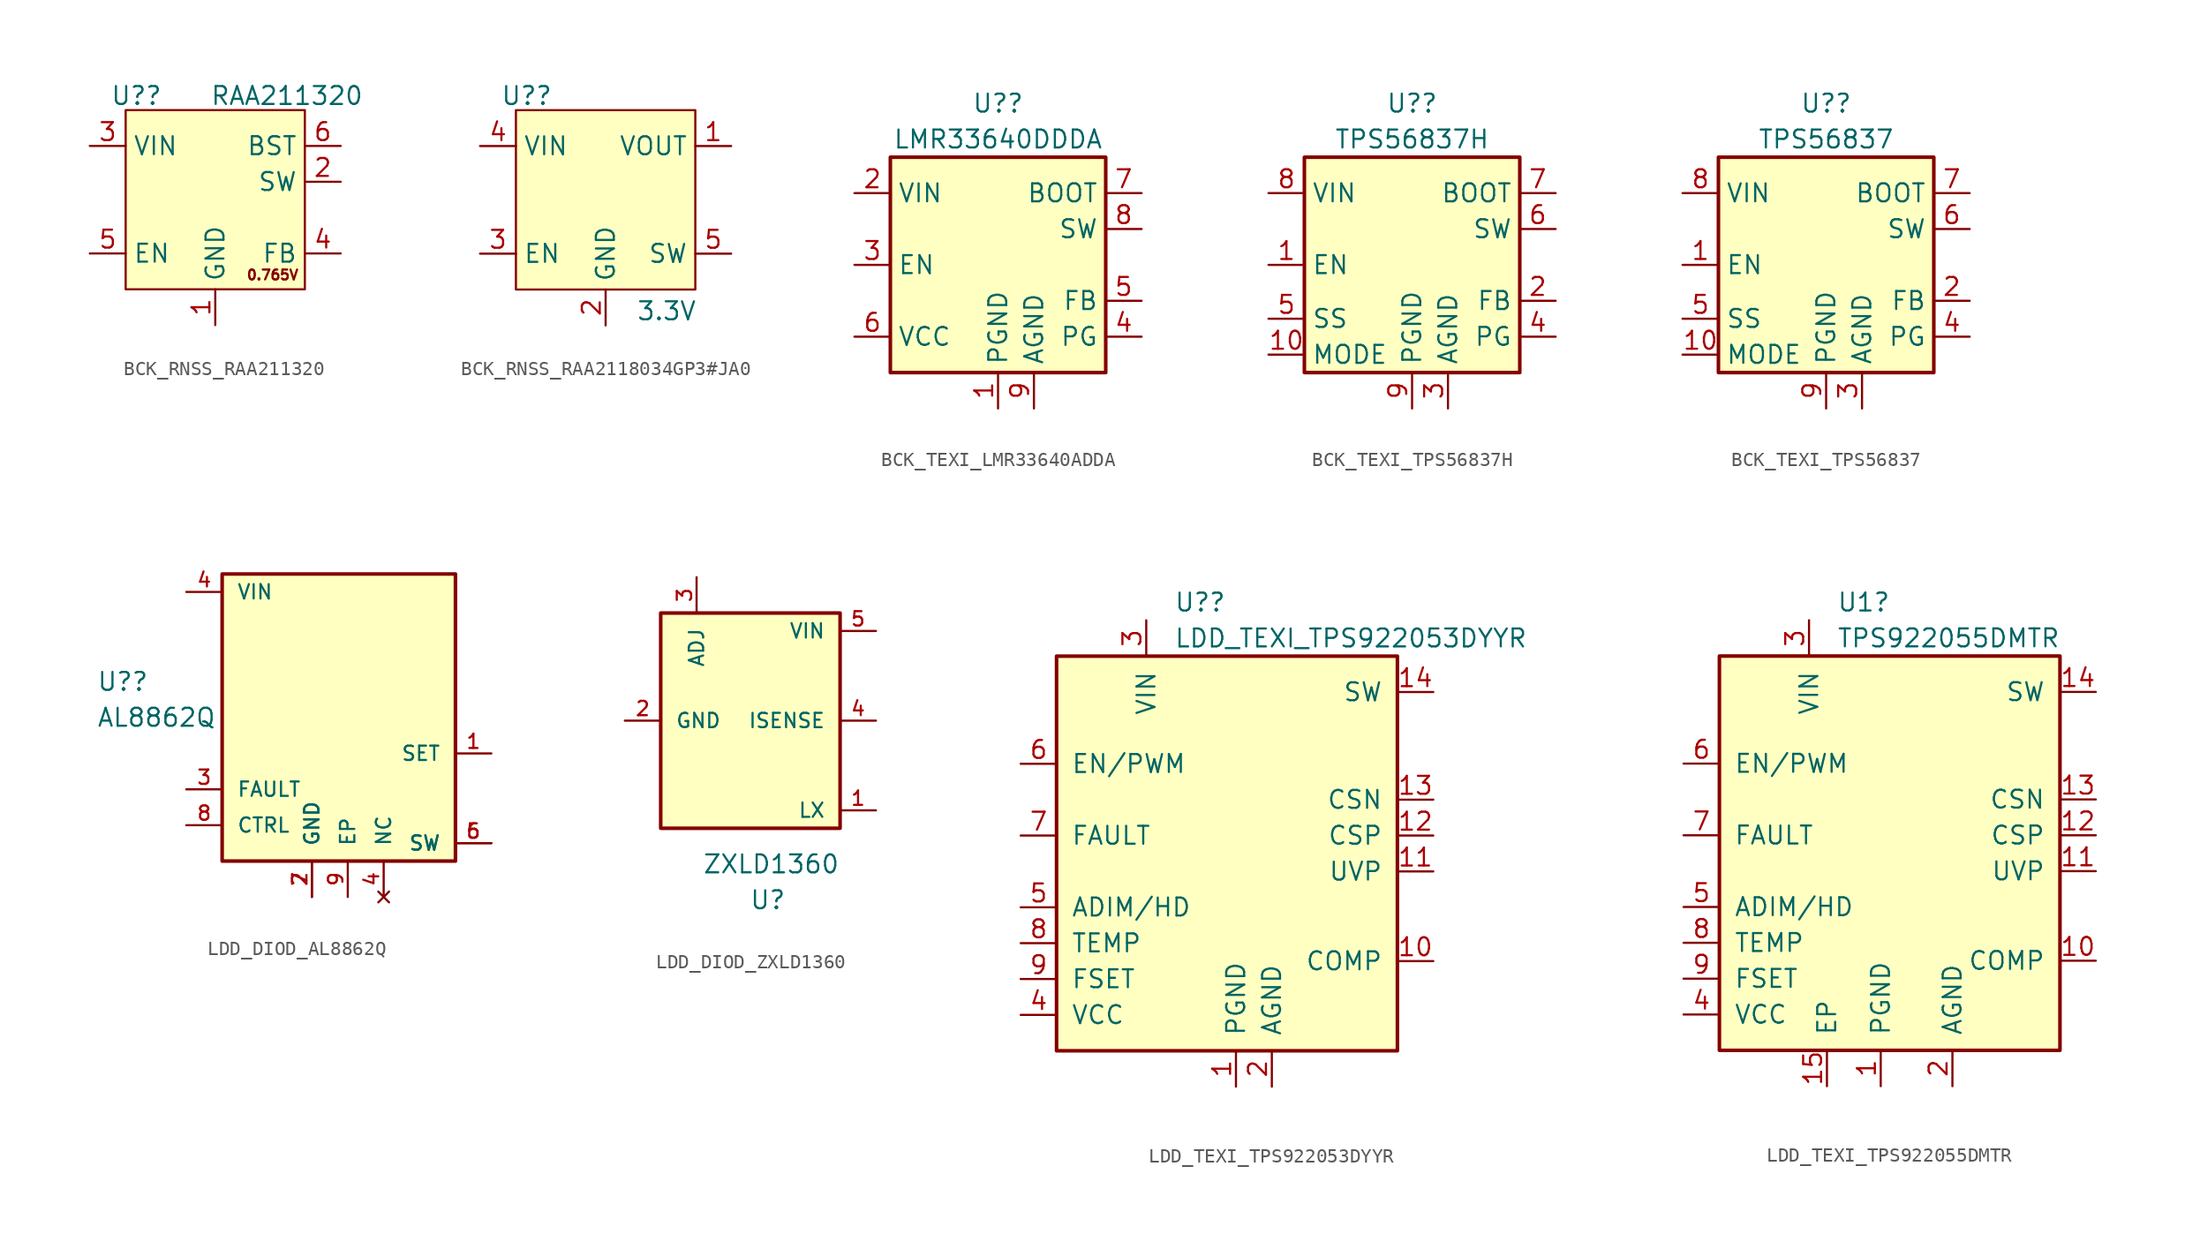
<source format=kicad_sym>
(kicad_symbol_lib
  (version 20231120)
  (generator "kicad_symbol_editor")
  (generator_version "8.0")
  (symbol "BCK_RNSS_RAA211320"
    (property "Reference" "U?"
      (at -5.588 13.716 0)
      (effects (font (size 1.27 1.27))))
    (property "Value" "RAA211320"
      (at 5.08 13.716 0)
      (effects (font (size 1.27 1.27))))
    (symbol "BCK_RNSS_RAA211320_0_1"
      (rectangle (start -6.35 12.7) (end 6.35 0) (stroke (width 0) (type default)) (fill (type background))))
    (symbol "BCK_RNSS_RAA211320_1_1"
      (text "0.765V" (at 4.064 1.016 0) (effects (font (size 0.7 0.7))))
      (pin input line (at 0 -2.54 90) (length 2.54) (name "GND" (effects (font (size 1.27 1.27)))) (number "1" (effects (font (size 1.27 1.27)))))
      (pin input line (at 8.89 7.62 180) (length 2.54) (name "SW" (effects (font (size 1.27 1.27)))) (number "2" (effects (font (size 1.27 1.27)))))
      (pin input line (at -8.89 10.16 0) (length 2.54) (name "VIN" (effects (font (size 1.27 1.27)))) (number "3" (effects (font (size 1.27 1.27)))))
      (pin input line (at 8.89 2.54 180) (length 2.54) (name "FB" (effects (font (size 1.27 1.27)))) (number "4" (effects (font (size 1.27 1.27)))))
      (pin input line (at -8.89 2.54 0) (length 2.54) (name "EN" (effects (font (size 1.27 1.27)))) (number "5" (effects (font (size 1.27 1.27)))))
      (pin input line (at 8.89 10.16 180) (length 2.54) (name "BST" (effects (font (size 1.27 1.27)))) (number "6" (effects (font (size 1.27 1.27)))))))
  (symbol "BCK_RNSS_RAA2118034GP3#JA0"
    (property "Reference" "U?"
      (at -5.588 13.716 0)
      (effects (font (size 1.27 1.27))))
    (property "Value" "3.3V"
      (at 4.318 -1.524 0)
      (effects (font (size 1.27 1.27))))
    (symbol "BCK_RNSS_RAA2118034GP3#JA0_0_1"
      (rectangle (start -6.35 12.7) (end 6.35 0) (stroke (width 0) (type default)) (fill (type background))))
    (symbol "BCK_RNSS_RAA2118034GP3#JA0_1_1"
      (pin input line (at 8.89 10.16 180) (length 2.54) (name "VOUT" (effects (font (size 1.27 1.27)))) (number "1" (effects (font (size 1.27 1.27)))))
      (pin input line (at 0 -2.54 90) (length 2.54) (name "GND" (effects (font (size 1.27 1.27)))) (number "2" (effects (font (size 1.27 1.27)))))
      (pin input line (at -8.89 2.54 0) (length 2.54) (name "EN" (effects (font (size 1.27 1.27)))) (number "3" (effects (font (size 1.27 1.27)))))
      (pin input line (at -8.89 10.16 0) (length 2.54) (name "VIN" (effects (font (size 1.27 1.27)))) (number "4" (effects (font (size 1.27 1.27)))))
      (pin input line (at 8.89 2.54 180) (length 2.54) (name "SW" (effects (font (size 1.27 1.27)))) (number "5" (effects (font (size 1.27 1.27)))))))
  (symbol "BCK_TEXI_LMR33640ADDA"
    (property "Reference" "U?"
      (at 0 11.43 0)
      (effects (font (size 1.27 1.27))))
    (property "Value" "LMR33640DDDA"
      (at 0 8.89 0)
      (effects (font (size 1.27 1.27))))
    (symbol "BCK_TEXI_LMR33640ADDA_0_1"
      (rectangle (start -7.62 7.62) (end 7.62 -7.62) (stroke (width 0.254) (type default)) (fill (type background))))
    (symbol "BCK_TEXI_LMR33640ADDA_1_1"
      (pin power_in line (at 0 -10.16 90) (length 2.54) (name "PGND" (effects (font (size 1.27 1.27)))) (number "1" (effects (font (size 1.27 1.27)))))
      (pin power_in line (at -10.16 5.08 0) (length 2.54) (name "VIN" (effects (font (size 1.27 1.27)))) (number "2" (effects (font (size 1.27 1.27)))))
      (pin input line (at -10.16 0 0) (length 2.54) (name "EN" (effects (font (size 1.27 1.27)))) (number "3" (effects (font (size 1.27 1.27)))))
      (pin open_collector line (at 10.16 -5.08 180) (length 2.54) (name "PG" (effects (font (size 1.27 1.27)))) (number "4" (effects (font (size 1.27 1.27)))))
      (pin input line (at 10.16 -2.54 180) (length 2.54) (name "FB" (effects (font (size 1.27 1.27)))) (number "5" (effects (font (size 1.27 1.27)))))
      (pin power_out line (at -10.16 -5.08 0) (length 2.54) (name "VCC" (effects (font (size 1.27 1.27)))) (number "6" (effects (font (size 1.27 1.27)))))
      (pin input line (at 10.16 5.08 180) (length 2.54) (name "BOOT" (effects (font (size 1.27 1.27)))) (number "7" (effects (font (size 1.27 1.27)))))
      (pin output line (at 10.16 2.54 180) (length 2.54) (name "SW" (effects (font (size 1.27 1.27)))) (number "8" (effects (font (size 1.27 1.27)))))
      (pin power_in line (at 2.54 -10.16 90) (length 2.54) (name "AGND" (effects (font (size 1.27 1.27)))) (number "9" (effects (font (size 1.27 1.27)))))))
  (symbol "BCK_TEXI_TPS56837H"
    (property "Reference" "U?"
      (at 0 11.43 0)
      (effects (font (size 1.27 1.27))))
    (property "Value" "TPS56837H"
      (at 0 8.89 0)
      (effects (font (size 1.27 1.27))))
    (symbol "BCK_TEXI_TPS56837H_0_1"
      (rectangle (start -7.62 7.62) (end 7.62 -7.62) (stroke (width 0.254) (type default)) (fill (type background))))
    (symbol "BCK_TEXI_TPS56837H_1_1"
      (pin input line (at -10.16 0 0) (length 2.54) (name "EN" (effects (font (size 1.27 1.27)))) (number "1" (effects (font (size 1.27 1.27)))))
      (pin power_out line (at -10.16 -6.35 0) (length 2.54) (name "MODE" (effects (font (size 1.27 1.27)))) (number "10" (effects (font (size 1.27 1.27)))))
      (pin input line (at 10.16 -2.54 180) (length 2.54) (name "FB" (effects (font (size 1.27 1.27)))) (number "2" (effects (font (size 1.27 1.27)))))
      (pin power_in line (at 2.54 -10.16 90) (length 2.54) (name "AGND" (effects (font (size 1.27 1.27)))) (number "3" (effects (font (size 1.27 1.27)))))
      (pin open_collector line (at 10.16 -5.08 180) (length 2.54) (name "PG" (effects (font (size 1.27 1.27)))) (number "4" (effects (font (size 1.27 1.27)))))
      (pin power_out line (at -10.16 -3.81 0) (length 2.54) (name "SS" (effects (font (size 1.27 1.27)))) (number "5" (effects (font (size 1.27 1.27)))))
      (pin output line (at 10.16 2.54 180) (length 2.54) (name "SW" (effects (font (size 1.27 1.27)))) (number "6" (effects (font (size 1.27 1.27)))))
      (pin input line (at 10.16 5.08 180) (length 2.54) (name "BOOT" (effects (font (size 1.27 1.27)))) (number "7" (effects (font (size 1.27 1.27)))))
      (pin power_in line (at -10.16 5.08 0) (length 2.54) (name "VIN" (effects (font (size 1.27 1.27)))) (number "8" (effects (font (size 1.27 1.27)))))
      (pin power_in line (at 0 -10.16 90) (length 2.54) (name "PGND" (effects (font (size 1.27 1.27)))) (number "9" (effects (font (size 1.27 1.27)))))))
  (symbol "BCK_TEXI_TPS56837"
    (property "Reference" "U?"
      (at 0 11.43 0)
      (effects (font (size 1.27 1.27))))
    (property "Value" "TPS56837"
      (at 0 8.89 0)
      (effects (font (size 1.27 1.27))))
    (symbol "BCK_TEXI_TPS56837_0_1"
      (rectangle (start -7.62 7.62) (end 7.62 -7.62) (stroke (width 0.254) (type default)) (fill (type background))))
    (symbol "BCK_TEXI_TPS56837_1_1"
      (pin input line (at -10.16 0 0) (length 2.54) (name "EN" (effects (font (size 1.27 1.27)))) (number "1" (effects (font (size 1.27 1.27)))))
      (pin power_out line (at -10.16 -6.35 0) (length 2.54) (name "MODE" (effects (font (size 1.27 1.27)))) (number "10" (effects (font (size 1.27 1.27)))))
      (pin input line (at 10.16 -2.54 180) (length 2.54) (name "FB" (effects (font (size 1.27 1.27)))) (number "2" (effects (font (size 1.27 1.27)))))
      (pin power_in line (at 2.54 -10.16 90) (length 2.54) (name "AGND" (effects (font (size 1.27 1.27)))) (number "3" (effects (font (size 1.27 1.27)))))
      (pin open_collector line (at 10.16 -5.08 180) (length 2.54) (name "PG" (effects (font (size 1.27 1.27)))) (number "4" (effects (font (size 1.27 1.27)))))
      (pin power_out line (at -10.16 -3.81 0) (length 2.54) (name "SS" (effects (font (size 1.27 1.27)))) (number "5" (effects (font (size 1.27 1.27)))))
      (pin output line (at 10.16 2.54 180) (length 2.54) (name "SW" (effects (font (size 1.27 1.27)))) (number "6" (effects (font (size 1.27 1.27)))))
      (pin input line (at 10.16 5.08 180) (length 2.54) (name "BOOT" (effects (font (size 1.27 1.27)))) (number "7" (effects (font (size 1.27 1.27)))))
      (pin power_in line (at -10.16 5.08 0) (length 2.54) (name "VIN" (effects (font (size 1.27 1.27)))) (number "8" (effects (font (size 1.27 1.27)))))
      (pin power_in line (at 0 -10.16 90) (length 2.54) (name "PGND" (effects (font (size 1.27 1.27)))) (number "9" (effects (font (size 1.27 1.27)))))))
  (symbol "LDD_DIOD_AL8862Q"
    (pin_names
      (offset 1.016))
    (property "Reference" "U?"
      (at -19.05 5.08 0)
      (effects (font (size 1.27 1.27)) (justify left)))
    (property "Value" "AL8862Q"
      (at -19.05 2.54 0)
      (effects (font (size 1.27 1.27)) (justify left)))
    (symbol "LDD_DIOD_AL8862Q_0_0"
      (rectangle (start -10.16 12.7) (end 6.35 -7.62) (stroke (width 0.254) (type default)) (fill (type background)))
      (pin power_in line (at -3.81 -10.16 90) (length 2.54) (name "GND" (effects (font (size 1.016 1.016)))) (number "2" (effects (font (size 1.016 1.016))))))
    (symbol "LDD_DIOD_AL8862Q_1_0"
      (pin output line (at 8.89 0 180) (length 2.54) (name "SET" (effects (font (size 1.016 1.016)))) (number "1" (effects (font (size 1.016 1.016)))))
      (pin open_collector line (at -12.7 -2.54 0) (length 2.54) (name "FAULT" (effects (font (size 1.016 1.016)))) (number "3" (effects (font (size 1.016 1.016)))))
      (pin no_connect line (at 1.27 -10.16 90) (length 2.54) (name "NC" (effects (font (size 1.016 1.016)))) (number "4" (effects (font (size 1.016 1.016)))))
      (pin power_in line (at -12.7 11.43 0) (length 2.54) (name "VIN" (effects (font (size 1.016 1.016)))) (number "4" (effects (font (size 1.016 1.016)))))
      (pin input line (at 8.89 -6.35 180) (length 2.54) (name "SW" (effects (font (size 1.016 1.016)))) (number "5" (effects (font (size 1.016 1.016)))))
      (pin input line (at 8.89 -6.35 180) (length 2.54) (name "SW" (effects (font (size 1.016 1.016)))) (number "6" (effects (font (size 1.016 1.016)))))
      (pin power_in line (at -3.81 -10.16 90) (length 2.54) (name "GND" (effects (font (size 1.016 1.016)))) (number "7" (effects (font (size 1.016 1.016)))))
      (pin input line (at -12.7 -5.08 0) (length 2.54) (name "CTRL" (effects (font (size 1.016 1.016)))) (number "8" (effects (font (size 1.016 1.016)))))
      (pin power_in line (at -1.27 -10.16 90) (length 2.54) (name "EP" (effects (font (size 1.016 1.016)))) (number "9" (effects (font (size 1.016 1.016)))))))
  (symbol "LDD_DIOD_ZXLD1360"
    (pin_names
      (offset 1.016))
    (property "Reference" "U"
      (at 1.27 -12.7 0)
      (effects (font (size 1.27 1.27)) (justify right)))
    (property "Value" "ZXLD1360"
      (at 5.08 -10.16 0)
      (effects (font (size 1.27 1.27)) (justify right)))
    (symbol "LDD_DIOD_ZXLD1360_0_0"
      (rectangle (start -7.62 -7.62) (end 5.08 7.62) (stroke (width 0.254) (type default)) (fill (type background)))
      (pin output line (at 7.62 -6.35 180) (length 2.54) (name "LX" (effects (font (size 1.016 1.016)))) (number "1" (effects (font (size 1.016 1.016)))))
      (pin power_in line (at -10.16 0 0) (length 2.54) (name "GND" (effects (font (size 1.016 1.016)))) (number "2" (effects (font (size 1.016 1.016)))))
      (pin input line (at -5.08 10.16 270) (length 2.54) (name "ADJ" (effects (font (size 1.016 1.016)))) (number "3" (effects (font (size 1.016 1.016)))))
      (pin input line (at 7.62 0 180) (length 2.54) (name "ISENSE" (effects (font (size 1.016 1.016)))) (number "4" (effects (font (size 1.016 1.016)))))
      (pin power_in line (at 7.62 6.35 180) (length 2.54) (name "VIN" (effects (font (size 1.016 1.016)))) (number "5" (effects (font (size 1.016 1.016)))))))
  (symbol "LDD_TEXI_TPS922053DYYR"
    (pin_names
      (offset 1.016))
    (property "Reference" "U?"
      (at -5.664 16.51 0)
      (effects (font (size 1.27 1.27)) (justify left)))
    (property "Value" "LDD_TEXI_TPS922053DYYR"
      (at -5.664 13.97 0)
      (effects (font (size 1.27 1.27)) (justify left)))
    (symbol "LDD_TEXI_TPS922053DYYR_0_0"
      (rectangle (start -13.97 12.7) (end 10.16 -15.24) (stroke (width 0.254) (type default)) (fill (type background))))
    (symbol "LDD_TEXI_TPS922053DYYR_1_0"
      (pin power_in line (at -1.27 -17.78 90) (length 2.54) (name "PGND" (effects (font (size 1.27 1.27)))) (number "1" (effects (font (size 1.27 1.27)))))
      (pin input line (at 12.7 -8.89 180) (length 2.54) (name "COMP" (effects (font (size 1.27 1.27)))) (number "10" (effects (font (size 1.27 1.27)))))
      (pin input line (at 12.7 -2.54 180) (length 2.54) (name "UVP" (effects (font (size 1.27 1.27)))) (number "11" (effects (font (size 1.27 1.27)))))
      (pin input line (at 12.7 0 180) (length 2.54) (name "CSP" (effects (font (size 1.27 1.27)))) (number "12" (effects (font (size 1.27 1.27)))))
      (pin input line (at 12.7 2.54 180) (length 2.54) (name "CSN" (effects (font (size 1.27 1.27)))) (number "13" (effects (font (size 1.27 1.27)))))
      (pin output line (at 12.7 10.16 180) (length 2.54) (name "SW" (effects (font (size 1.27 1.27)))) (number "14" (effects (font (size 1.27 1.27)))))
      (pin power_in line (at 1.27 -17.78 90) (length 2.54) (name "AGND" (effects (font (size 1.27 1.27)))) (number "2" (effects (font (size 1.27 1.27)))))
      (pin power_in line (at -7.62 15.24 270) (length 2.54) (name "VIN" (effects (font (size 1.27 1.27)))) (number "3" (effects (font (size 1.27 1.27)))))
      (pin power_out line (at -16.51 -12.7 0) (length 2.54) (name "VCC" (effects (font (size 1.27 1.27)))) (number "4" (effects (font (size 1.27 1.27)))))
      (pin input line (at -16.51 -5.08 0) (length 2.54) (name "ADIM/HD" (effects (font (size 1.27 1.27)))) (number "5" (effects (font (size 1.27 1.27)))))
      (pin input line (at -16.51 5.08 0) (length 2.54) (name "EN/PWM" (effects (font (size 1.27 1.27)))) (number "6" (effects (font (size 1.27 1.27)))))
      (pin open_collector line (at -16.51 0 0) (length 2.54) (name "FAULT" (effects (font (size 1.27 1.27)))) (number "7" (effects (font (size 1.27 1.27)))))
      (pin input line (at -16.51 -7.62 0) (length 2.54) (name "TEMP" (effects (font (size 1.27 1.27)))) (number "8" (effects (font (size 1.27 1.27)))))
      (pin input line (at -16.51 -10.16 0) (length 2.54) (name "FSET" (effects (font (size 1.27 1.27)))) (number "9" (effects (font (size 1.27 1.27)))))))
  (symbol "LDD_TEXI_TPS922055DMTR"
    (pin_names
      (offset 1.016))
    (property "Reference" "U1"
      (at -5.664 16.51 0)
      (effects (font (size 1.27 1.27)) (justify left)))
    (property "Value" "TPS922055DMTR"
      (at -5.664 13.97 0)
      (effects (font (size 1.27 1.27)) (justify left)))
    (symbol "LDD_TEXI_TPS922055DMTR_0_0"
      (rectangle (start -13.97 12.7) (end 10.16 -15.24) (stroke (width 0.254) (type default)) (fill (type background))))
    (symbol "LDD_TEXI_TPS922055DMTR_1_0"
      (pin input line (at 12.7 -8.89 180) (length 2.54) (name "COMP" (effects (font (size 1.27 1.27)))) (number "10" (effects (font (size 1.27 1.27)))))
      (pin input line (at 12.7 -2.54 180) (length 2.54) (name "UVP" (effects (font (size 1.27 1.27)))) (number "11" (effects (font (size 1.27 1.27)))))
      (pin input line (at 12.7 0 180) (length 2.54) (name "CSP" (effects (font (size 1.27 1.27)))) (number "12" (effects (font (size 1.27 1.27)))))
      (pin input line (at 12.7 2.54 180) (length 2.54) (name "CSN" (effects (font (size 1.27 1.27)))) (number "13" (effects (font (size 1.27 1.27)))))
      (pin output line (at 12.7 10.16 180) (length 2.54) (name "SW" (effects (font (size 1.27 1.27)))) (number "14" (effects (font (size 1.27 1.27)))))
      (pin power_in line (at -6.35 -17.78 90) (length 2.54) (name "EP" (effects (font (size 1.27 1.27)))) (number "15" (effects (font (size 1.27 1.27)))))
      (pin power_in line (at 2.54 -17.78 90) (length 2.54) (name "AGND" (effects (font (size 1.27 1.27)))) (number "2" (effects (font (size 1.27 1.27)))))
      (pin power_in line (at -7.62 15.24 270) (length 2.54) (name "VIN" (effects (font (size 1.27 1.27)))) (number "3" (effects (font (size 1.27 1.27)))))
      (pin power_out line (at -16.51 -12.7 0) (length 2.54) (name "VCC" (effects (font (size 1.27 1.27)))) (number "4" (effects (font (size 1.27 1.27)))))
      (pin input line (at -16.51 -5.08 0) (length 2.54) (name "ADIM/HD" (effects (font (size 1.27 1.27)))) (number "5" (effects (font (size 1.27 1.27)))))
      (pin input line (at -16.51 5.08 0) (length 2.54) (name "EN/PWM" (effects (font (size 1.27 1.27)))) (number "6" (effects (font (size 1.27 1.27)))))
      (pin open_collector line (at -16.51 0 0) (length 2.54) (name "FAULT" (effects (font (size 1.27 1.27)))) (number "7" (effects (font (size 1.27 1.27)))))
      (pin input line (at -16.51 -7.62 0) (length 2.54) (name "TEMP" (effects (font (size 1.27 1.27)))) (number "8" (effects (font (size 1.27 1.27)))))
      (pin input line (at -16.51 -10.16 0) (length 2.54) (name "FSET" (effects (font (size 1.27 1.27)))) (number "9" (effects (font (size 1.27 1.27))))))
    (symbol "LDD_TEXI_TPS922055DMTR_1_1"
      (pin power_in line (at -2.54 -17.78 90) (length 2.54) (name "PGND" (effects (font (size 1.27 1.27)))) (number "1" (effects (font (size 1.27 1.27))))))))
</source>
